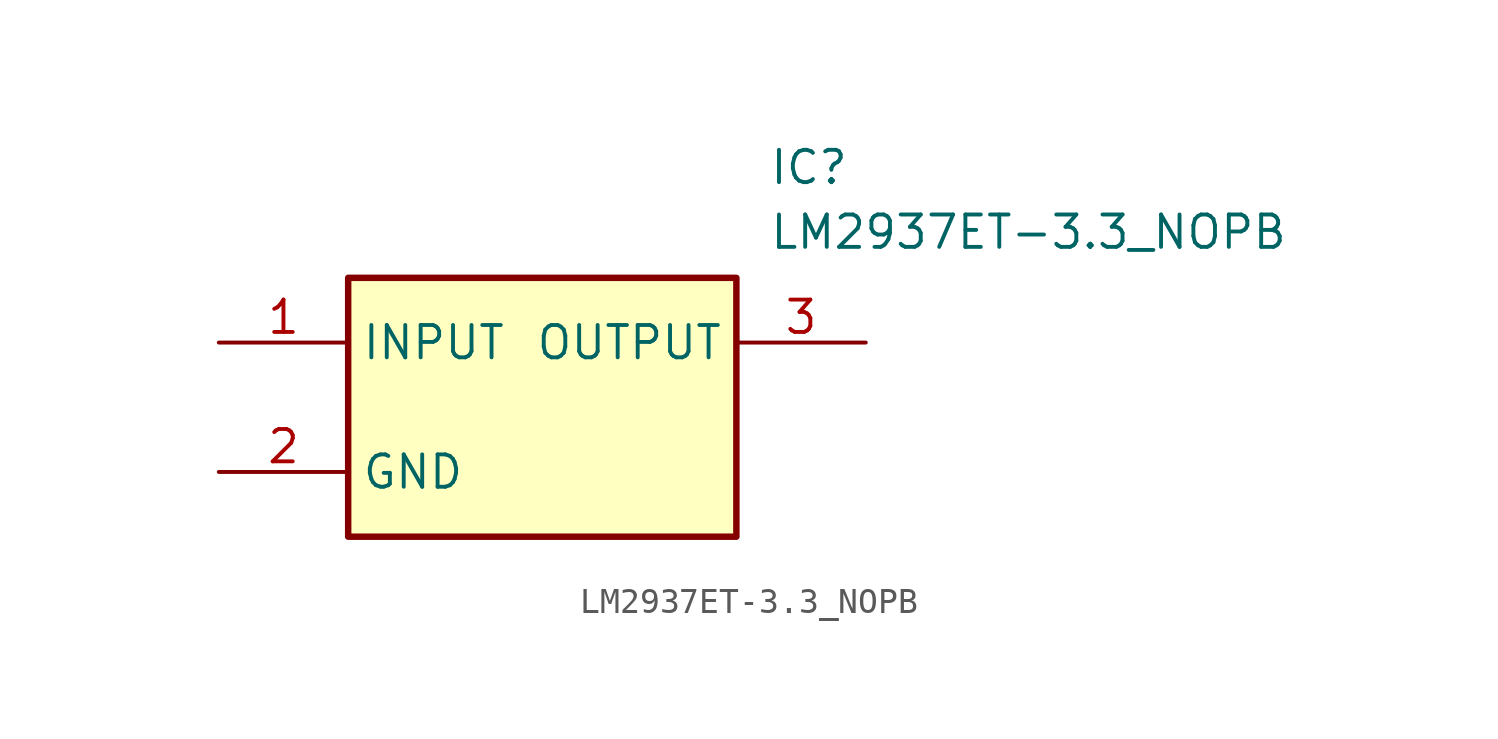
<source format=kicad_sym>
(kicad_symbol_lib
  (version 20220914)
  (generator kicad_symbol_editor)
  (symbol "LM2937ET-3.3_NOPB"
    (property "Reference" "IC"
      (at 21.59 7.62 0)
      (effects (font (size 1.27 1.27)) (justify left top)))
    (property "Value" "LM2937ET-3.3_NOPB"
      (at 21.59 5.08 0)
      (effects (font (size 1.27 1.27)) (justify left top)))
    (symbol "LM2937ET-3.3_NOPB_1_1"
      (rectangle (start 5.08 2.54) (end 20.32 -7.62) (stroke (width 0.254) (type default)) (fill (type background)))
      (pin passive line (at 0 0 0) (length 5.08) (name "INPUT" (effects (font (size 1.27 1.27)))) (number "1" (effects (font (size 1.27 1.27)))))
      (pin passive line (at 0 -5.08 0) (length 5.08) (name "GND" (effects (font (size 1.27 1.27)))) (number "2" (effects (font (size 1.27 1.27)))))
      (pin passive line (at 25.4 0 180) (length 5.08) (name "OUTPUT" (effects (font (size 1.27 1.27)))) (number "3" (effects (font (size 1.27 1.27))))))))
</source>
